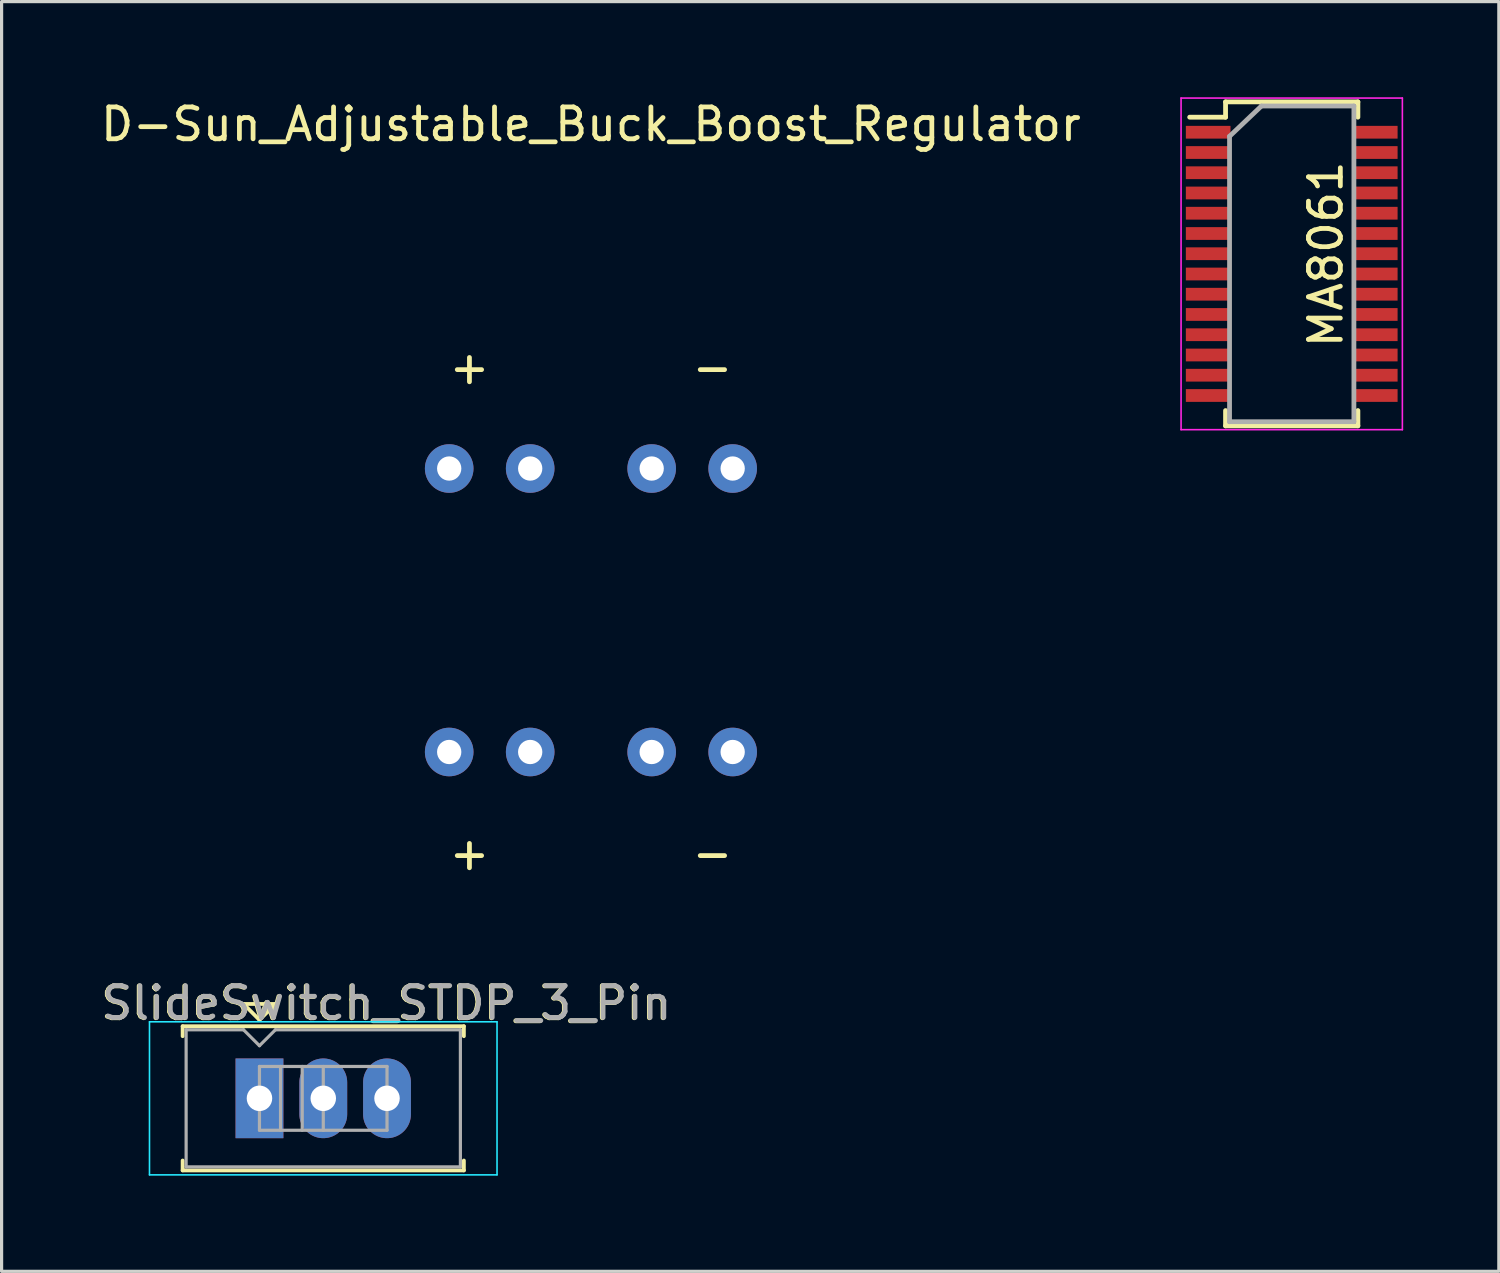
<source format=kicad_pcb>
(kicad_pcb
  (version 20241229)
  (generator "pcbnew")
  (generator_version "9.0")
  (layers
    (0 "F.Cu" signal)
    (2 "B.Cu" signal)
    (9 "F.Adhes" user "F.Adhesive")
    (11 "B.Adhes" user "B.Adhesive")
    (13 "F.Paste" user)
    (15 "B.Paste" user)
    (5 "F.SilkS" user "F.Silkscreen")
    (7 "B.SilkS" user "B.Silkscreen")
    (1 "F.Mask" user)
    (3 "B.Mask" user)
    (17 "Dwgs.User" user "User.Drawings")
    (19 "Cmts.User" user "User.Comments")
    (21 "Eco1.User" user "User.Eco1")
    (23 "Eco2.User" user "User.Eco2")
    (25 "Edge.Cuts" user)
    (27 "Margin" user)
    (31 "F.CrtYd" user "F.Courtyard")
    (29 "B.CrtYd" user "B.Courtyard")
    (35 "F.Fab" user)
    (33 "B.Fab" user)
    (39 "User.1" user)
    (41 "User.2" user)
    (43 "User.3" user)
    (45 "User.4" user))
  (footprint "D-Sun_Adjustable_Buck_Boost_Regulator"
    (layer "F.Cu")
    (at 15.482 16.088)
    (property "Reference" "D-Sun_Adjustable_Buck_Boost_Regulator" (at 0 -15.24 0) (layer "F.SilkS") (effects (font (size 1 1) (thickness 0.15))))
    (attr through_hole)
    (fp_text user "-" (at 3.81 -7.62 0) (layer "F.SilkS") (effects (font (size 1 1) (thickness 0.15))))
    (fp_text user "+" (at -3.81 -7.62 0) (layer "F.SilkS") (effects (font (size 1 1) (thickness 0.15))))
    (fp_text user "+" (at -3.81 7.62 0) (layer "F.SilkS") (effects (font (size 1 1) (thickness 0.15))))
    (fp_text user "-" (at 3.81 7.62 0) (layer "F.SilkS") (effects (font (size 1 1) (thickness 0.15))))
    (pad "1" thru_hole circle (at -4.445 -4.445) (size 1.524 1.524) (drill 0.762) (layers "*.Cu" "*.Mask"))
    (pad "2" thru_hole circle (at -1.905 -4.445) (size 1.524 1.524) (drill 0.762) (layers "*.Cu" "*.Mask"))
    (pad "3" thru_hole circle (at 1.905 -4.445) (size 1.524 1.524) (drill 0.762) (layers "*.Cu" "*.Mask"))
    (pad "4" thru_hole circle (at 4.445 -4.445) (size 1.524 1.524) (drill 0.762) (layers "*.Cu" "*.Mask"))
    (pad "5" thru_hole circle (at -4.445 4.445) (size 1.524 1.524) (drill 0.762) (layers "*.Cu" "*.Mask"))
    (pad "6" thru_hole circle (at -1.905 4.445) (size 1.524 1.524) (drill 0.762) (layers "*.Cu" "*.Mask"))
    (pad "7" thru_hole circle (at 1.905 4.445) (size 1.524 1.524) (drill 0.762) (layers "*.Cu" "*.Mask"))
    (pad "8" thru_hole circle (at 4.445 4.445) (size 1.524 1.524) (drill 0.762) (layers "*.Cu" "*.Mask")))
  (footprint "MA8061"
    (layer "F.Cu")
    (at 37.589 4.925)
    (property "Reference" "MA8061" (at 0.94 0 90) (layer "F.SilkS") (effects (font (size 1 1) (thickness 0.15))))
    (attr through_hole)
    (fp_line (start -2.205 -4.78) (end -2.205 -4.3) (stroke (width 0.15) (type solid)) (layer "F.SilkS"))
    (fp_line (start -2.205 -4.78) (end 1.945 -4.78) (stroke (width 0.15) (type solid)) (layer "F.SilkS"))
    (fp_line (start -2.205 -4.3) (end -3.33 -4.3) (stroke (width 0.15) (type solid)) (layer "F.SilkS"))
    (fp_line (start -2.205 5.38) (end -2.205 4.9) (stroke (width 0.15) (type solid)) (layer "F.SilkS"))
    (fp_line (start -2.205 5.38) (end 1.945 5.38) (stroke (width 0.15) (type solid)) (layer "F.SilkS"))
    (fp_line (start 1.945 -4.78) (end 1.945 -4.3) (stroke (width 0.15) (type solid)) (layer "F.SilkS"))
    (fp_line (start 1.945 5.38) (end 1.945 4.9) (stroke (width 0.15) (type solid)) (layer "F.SilkS"))
    (fp_line (start -3.6 -4.9) (end -3.6 5.5) (stroke (width 0.05) (type solid)) (layer "F.CrtYd"))
    (fp_line (start -3.6 -4.9) (end 3.34 -4.9) (stroke (width 0.05) (type solid)) (layer "F.CrtYd"))
    (fp_line (start -3.6 5.5) (end 3.34 5.5) (stroke (width 0.05) (type solid)) (layer "F.CrtYd"))
    (fp_line (start 3.34 -4.9) (end 3.34 5.5) (stroke (width 0.05) (type solid)) (layer "F.CrtYd"))
    (fp_line (start -2.08 -3.7) (end -1.08 -4.65) (stroke (width 0.15) (type solid)) (layer "F.Fab"))
    (fp_line (start -2.08 5.25) (end -2.08 -3.7) (stroke (width 0.15) (type solid)) (layer "F.Fab"))
    (fp_line (start -1.08 -4.65) (end 1.82 -4.65) (stroke (width 0.15) (type solid)) (layer "F.Fab"))
    (fp_line (start 1.82 -4.65) (end 1.82 5.25) (stroke (width 0.15) (type solid)) (layer "F.Fab"))
    (fp_line (start 1.82 5.25) (end -2.08 5.25) (stroke (width 0.15) (type solid)) (layer "F.Fab"))
    (pad "1" smd rect (at -2.75 -3.828) (size 1.4 0.4) (layers "F.Cu" "F.Mask" "F.Paste"))
    (pad "2" smd rect (at -2.75 -3.192) (size 1.4 0.4) (layers "F.Cu" "F.Mask" "F.Paste"))
    (pad "3" smd rect (at -2.75 -2.558) (size 1.4 0.4) (layers "F.Cu" "F.Mask" "F.Paste"))
    (pad "4" smd rect (at -2.75 -1.923) (size 1.4 0.4) (layers "F.Cu" "F.Mask" "F.Paste"))
    (pad "5" smd rect (at -2.75 -1.288) (size 1.4 0.4) (layers "F.Cu" "F.Mask" "F.Paste"))
    (pad "6" smd rect (at -2.75 -0.652) (size 1.4 0.4) (layers "F.Cu" "F.Mask" "F.Paste"))
    (pad "7" smd rect (at -2.75 -0.018) (size 1.4 0.4) (layers "F.Cu" "F.Mask" "F.Paste"))
    (pad "8" smd rect (at -2.75 0.618) (size 1.4 0.4) (layers "F.Cu" "F.Mask" "F.Paste"))
    (pad "9" smd rect (at -2.75 1.252) (size 1.4 0.4) (layers "F.Cu" "F.Mask" "F.Paste"))
    (pad "10" smd rect (at -2.75 1.887) (size 1.4 0.4) (layers "F.Cu" "F.Mask" "F.Paste"))
    (pad "11" smd rect (at -2.75 2.522) (size 1.4 0.4) (layers "F.Cu" "F.Mask" "F.Paste"))
    (pad "12" smd rect (at -2.75 3.158) (size 1.4 0.4) (layers "F.Cu" "F.Mask" "F.Paste"))
    (pad "13" smd rect (at -2.75 3.792) (size 1.4 0.4) (layers "F.Cu" "F.Mask" "F.Paste"))
    (pad "14" smd rect (at -2.75 4.428) (size 1.4 0.4) (layers "F.Cu" "F.Mask" "F.Paste"))
    (pad "15" smd rect (at 2.49 4.428) (size 1.4 0.4) (layers "F.Cu" "F.Mask" "F.Paste"))
    (pad "16" smd rect (at 2.49 3.792) (size 1.4 0.4) (layers "F.Cu" "F.Mask" "F.Paste"))
    (pad "17" smd rect (at 2.49 3.158) (size 1.4 0.4) (layers "F.Cu" "F.Mask" "F.Paste"))
    (pad "18" smd rect (at 2.49 2.522) (size 1.4 0.4) (layers "F.Cu" "F.Mask" "F.Paste"))
    (pad "19" smd rect (at 2.49 1.887) (size 1.4 0.4) (layers "F.Cu" "F.Mask" "F.Paste"))
    (pad "20" smd rect (at 2.49 1.252) (size 1.4 0.4) (layers "F.Cu" "F.Mask" "F.Paste"))
    (pad "21" smd rect (at 2.49 0.618) (size 1.4 0.4) (layers "F.Cu" "F.Mask" "F.Paste"))
    (pad "22" smd rect (at 2.49 -0.018) (size 1.4 0.4) (layers "F.Cu" "F.Mask" "F.Paste"))
    (pad "23" smd rect (at 2.49 -0.652) (size 1.4 0.4) (layers "F.Cu" "F.Mask" "F.Paste"))
    (pad "24" smd rect (at 2.49 -1.288) (size 1.4 0.4) (layers "F.Cu" "F.Mask" "F.Paste"))
    (pad "25" smd rect (at 2.49 -1.923) (size 1.4 0.4) (layers "F.Cu" "F.Mask" "F.Paste"))
    (pad "26" smd rect (at 2.49 -2.558) (size 1.4 0.4) (layers "F.Cu" "F.Mask" "F.Paste"))
    (pad "27" smd rect (at 2.49 -3.192) (size 1.4 0.4) (layers "F.Cu" "F.Mask" "F.Paste"))
    (pad "28" smd rect (at 2.49 -3.828) (size 1.4 0.4) (layers "F.Cu" "F.Mask" "F.Paste")))
  (footprint "SlideSwitch_STDP_3_Pin"
    (layer "F.Cu")
    (at 7.085 31.397)
    (property "Reference" "SlideSwitch_STDP_3_Pin" (at 1.968 -2.985 0) (layer "F.SilkS") (effects (font (size 1 1) (thickness 0.15))))
    (attr through_hole)
    (fp_line (start -4.407 -2.263) (end 4.412 -2.263) (stroke (width 0.12) (type solid)) (layer "F.SilkS"))
    (fp_line (start -4.407 -1.952) (end -4.407 -2.263) (stroke (width 0.12) (type solid)) (layer "F.SilkS"))
    (fp_line (start -4.407 2.257) (end -4.407 1.948) (stroke (width 0.12) (type solid)) (layer "F.SilkS"))
    (fp_line (start -2.498 -2.962) (end -1.998 -2.462) (stroke (width 0.12) (type solid)) (layer "F.SilkS"))
    (fp_line (start -1.998 -2.462) (end -1.498 -2.962) (stroke (width 0.12) (type solid)) (layer "F.SilkS"))
    (fp_line (start -1.498 -2.962) (end -2.498 -2.962) (stroke (width 0.12) (type solid)) (layer "F.SilkS"))
    (fp_line (start 4.412 -2.263) (end 4.412 -1.952) (stroke (width 0.12) (type solid)) (layer "F.SilkS"))
    (fp_line (start 4.412 2.257) (end -4.407 2.257) (stroke (width 0.12) (type solid)) (layer "F.SilkS"))
    (fp_line (start 4.412 2.257) (end 4.412 1.948) (stroke (width 0.12) (type solid)) (layer "F.SilkS"))
    (fp_line (start -5.447 -2.402) (end 5.452 -2.402) (stroke (width 0.05) (type solid)) (layer "B.CrtYd"))
    (fp_line (start -5.447 2.397) (end -5.447 -2.402) (stroke (width 0.05) (type solid)) (layer "B.CrtYd"))
    (fp_line (start 5.452 -2.402) (end 5.452 2.397) (stroke (width 0.05) (type solid)) (layer "B.CrtYd"))
    (fp_line (start 5.452 2.397) (end -5.447 2.397) (stroke (width 0.05) (type solid)) (layer "B.CrtYd"))
    (fp_line (start -4.298 -2.152) (end -2.498 -2.152) (stroke (width 0.1) (type solid)) (layer "F.Fab"))
    (fp_line (start -4.298 2.147) (end -4.298 -2.152) (stroke (width 0.1) (type solid)) (layer "F.Fab"))
    (fp_line (start -2.498 -2.152) (end -1.998 -1.653) (stroke (width 0.1) (type solid)) (layer "F.Fab"))
    (fp_line (start -1.998 -1.653) (end -1.498 -2.152) (stroke (width 0.1) (type solid)) (layer "F.Fab"))
    (fp_line (start -1.998 -1.002) (end -1.998 0.998) (stroke (width 0.1) (type solid)) (layer "F.Fab"))
    (fp_line (start -1.998 -1.002) (end 2.002 -1.002) (stroke (width 0.1) (type solid)) (layer "F.Fab"))
    (fp_line (start -1.998 0.998) (end 2.002 0.998) (stroke (width 0.1) (type solid)) (layer "F.Fab"))
    (fp_line (start -1.498 -2.152) (end 4.303 -2.152) (stroke (width 0.1) (type solid)) (layer "F.Fab"))
    (fp_line (start -1.337 -1.002) (end -1.337 0.998) (stroke (width 0.1) (type solid)) (layer "F.Fab"))
    (fp_line (start -0.657 -1.002) (end -0.657 0.998) (stroke (width 0.1) (type solid)) (layer "F.Fab"))
    (fp_line (start 0.003 -1.002) (end 0.003 0.998) (stroke (width 0.1) (type solid)) (layer "F.Fab"))
    (fp_line (start 2.002 -1.002) (end 2.002 0.998) (stroke (width 0.1) (type solid)) (layer "F.Fab"))
    (fp_line (start 4.303 -2.152) (end 4.303 2.147) (stroke (width 0.1) (type solid)) (layer "F.Fab"))
    (fp_line (start 4.303 2.147) (end -4.298 2.147) (stroke (width 0.1) (type solid)) (layer "F.Fab"))
    (fp_text user "${REFERENCE}" (at 1.992 -2.993 0) (layer "F.Fab") (effects (font (size 1 1) (thickness 0.15))))
    (pad "1" thru_hole rect (at -1.998 -0.003) (size 1.5 2.5) (drill 0.8) (layers "*.Cu" "*.Mask"))
    (pad "2" thru_hole oval (at 0.003 -0.003) (size 1.5 2.5) (drill 0.8) (layers "*.Cu" "*.Mask"))
    (pad "3" thru_hole oval (at 2.002 -0.003) (size 1.5 2.5) (drill 0.8) (layers "*.Cu" "*.Mask")))
  (gr_rect
    (start -3 -3)
    (end 43.954 36.82)
    (stroke (width 0.1) (type default))
    (fill no)
    (layer "Edge.Cuts")))
</source>
